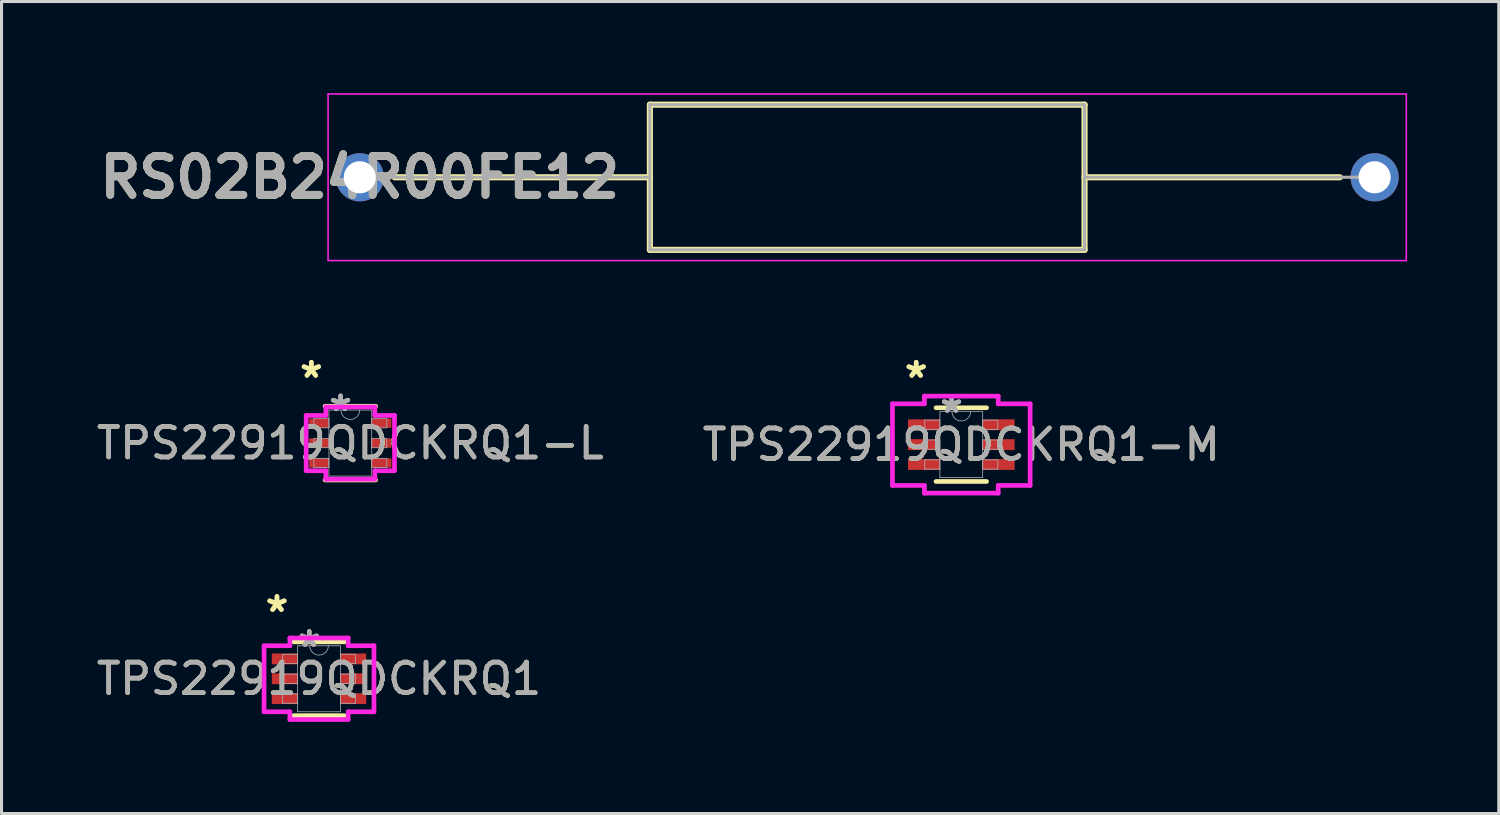
<source format=kicad_pcb>
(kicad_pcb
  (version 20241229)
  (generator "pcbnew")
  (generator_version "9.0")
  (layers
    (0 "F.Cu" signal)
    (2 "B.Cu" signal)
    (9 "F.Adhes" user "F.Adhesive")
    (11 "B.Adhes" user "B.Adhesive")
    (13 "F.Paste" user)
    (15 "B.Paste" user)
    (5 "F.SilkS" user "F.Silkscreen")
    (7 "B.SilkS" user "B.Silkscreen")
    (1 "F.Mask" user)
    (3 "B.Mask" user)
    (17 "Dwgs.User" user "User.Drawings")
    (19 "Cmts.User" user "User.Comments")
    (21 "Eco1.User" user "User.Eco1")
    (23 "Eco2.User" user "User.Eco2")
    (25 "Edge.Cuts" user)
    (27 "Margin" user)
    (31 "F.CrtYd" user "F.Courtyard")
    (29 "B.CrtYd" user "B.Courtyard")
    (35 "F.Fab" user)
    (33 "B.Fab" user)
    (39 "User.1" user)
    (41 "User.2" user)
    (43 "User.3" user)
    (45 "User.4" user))
  (footprint "TPS22919QDCKRQ1-L"
    (layer "F.Cu")
    (at 8.411 11.446)
    (property "Reference" "TPS22919QDCKRQ1-L" (at 0 0 0) (unlocked yes) (layer "F.SilkS") (effects (font (size 1 1) (thickness 0.15))))
    (attr smd)
    (fp_line (start -0.827 1.206) (end 0.827 1.206) (stroke (width 0.152) (type solid)) (layer "F.SilkS"))
    (fp_line (start 0.827 -1.206) (end -0.827 -1.206) (stroke (width 0.152) (type solid)) (layer "F.SilkS"))
    (fp_line (start -1.445 -0.904) (end -0.802 -0.904) (stroke (width 0.152) (type solid)) (layer "F.CrtYd"))
    (fp_line (start -1.445 0.904) (end -1.445 -0.904) (stroke (width 0.152) (type solid)) (layer "F.CrtYd"))
    (fp_line (start -1.445 0.904) (end -0.802 0.904) (stroke (width 0.152) (type solid)) (layer "F.CrtYd"))
    (fp_line (start -0.802 -1.181) (end 0.802 -1.181) (stroke (width 0.152) (type solid)) (layer "F.CrtYd"))
    (fp_line (start -0.802 -0.904) (end -0.802 -1.181) (stroke (width 0.152) (type solid)) (layer "F.CrtYd"))
    (fp_line (start -0.802 1.181) (end -0.802 0.904) (stroke (width 0.152) (type solid)) (layer "F.CrtYd"))
    (fp_line (start 0.802 -1.181) (end 0.802 -0.904) (stroke (width 0.152) (type solid)) (layer "F.CrtYd"))
    (fp_line (start 0.802 0.904) (end 0.802 1.181) (stroke (width 0.152) (type solid)) (layer "F.CrtYd"))
    (fp_line (start 0.802 1.181) (end -0.802 1.181) (stroke (width 0.152) (type solid)) (layer "F.CrtYd"))
    (fp_line (start 1.445 -0.904) (end 0.802 -0.904) (stroke (width 0.152) (type solid)) (layer "F.CrtYd"))
    (fp_line (start 1.445 -0.904) (end 1.445 0.904) (stroke (width 0.152) (type solid)) (layer "F.CrtYd"))
    (fp_line (start 1.445 0.904) (end 0.802 0.904) (stroke (width 0.152) (type solid)) (layer "F.CrtYd"))
    (fp_line (start -1.194 -0.802) (end -1.194 -0.498) (stroke (width 0.025) (type solid)) (layer "F.Fab"))
    (fp_line (start -1.194 -0.498) (end -0.7 -0.498) (stroke (width 0.025) (type solid)) (layer "F.Fab"))
    (fp_line (start -1.194 -0.152) (end -1.194 0.152) (stroke (width 0.025) (type solid)) (layer "F.Fab"))
    (fp_line (start -1.194 0.152) (end -0.7 0.152) (stroke (width 0.025) (type solid)) (layer "F.Fab"))
    (fp_line (start -1.194 0.498) (end -1.194 0.802) (stroke (width 0.025) (type solid)) (layer "F.Fab"))
    (fp_line (start -1.194 0.802) (end -0.7 0.802) (stroke (width 0.025) (type solid)) (layer "F.Fab"))
    (fp_line (start -0.7 -1.079) (end -0.7 1.079) (stroke (width 0.025) (type solid)) (layer "F.Fab"))
    (fp_line (start -0.7 -0.802) (end -1.194 -0.802) (stroke (width 0.025) (type solid)) (layer "F.Fab"))
    (fp_line (start -0.7 -0.498) (end -0.7 -0.802) (stroke (width 0.025) (type solid)) (layer "F.Fab"))
    (fp_line (start -0.7 -0.152) (end -1.194 -0.152) (stroke (width 0.025) (type solid)) (layer "F.Fab"))
    (fp_line (start -0.7 0.152) (end -0.7 -0.152) (stroke (width 0.025) (type solid)) (layer "F.Fab"))
    (fp_line (start -0.7 0.498) (end -1.194 0.498) (stroke (width 0.025) (type solid)) (layer "F.Fab"))
    (fp_line (start -0.7 0.802) (end -0.7 0.498) (stroke (width 0.025) (type solid)) (layer "F.Fab"))
    (fp_line (start -0.7 1.079) (end 0.7 1.079) (stroke (width 0.025) (type solid)) (layer "F.Fab"))
    (fp_line (start 0.7 -1.079) (end -0.7 -1.079) (stroke (width 0.025) (type solid)) (layer "F.Fab"))
    (fp_line (start 0.7 -0.802) (end 0.7 -0.498) (stroke (width 0.025) (type solid)) (layer "F.Fab"))
    (fp_line (start 0.7 -0.498) (end 1.194 -0.498) (stroke (width 0.025) (type solid)) (layer "F.Fab"))
    (fp_line (start 0.7 -0.152) (end 0.7 0.152) (stroke (width 0.025) (type solid)) (layer "F.Fab"))
    (fp_line (start 0.7 0.152) (end 1.194 0.152) (stroke (width 0.025) (type solid)) (layer "F.Fab"))
    (fp_line (start 0.7 0.498) (end 0.7 0.802) (stroke (width 0.025) (type solid)) (layer "F.Fab"))
    (fp_line (start 0.7 0.802) (end 1.194 0.802) (stroke (width 0.025) (type solid)) (layer "F.Fab"))
    (fp_line (start 0.7 1.079) (end 0.7 -1.079) (stroke (width 0.025) (type solid)) (layer "F.Fab"))
    (fp_line (start 1.194 -0.802) (end 0.7 -0.802) (stroke (width 0.025) (type solid)) (layer "F.Fab"))
    (fp_line (start 1.194 -0.498) (end 1.194 -0.802) (stroke (width 0.025) (type solid)) (layer "F.Fab"))
    (fp_line (start 1.194 -0.152) (end 0.7 -0.152) (stroke (width 0.025) (type solid)) (layer "F.Fab"))
    (fp_line (start 1.194 0.152) (end 1.194 -0.152) (stroke (width 0.025) (type solid)) (layer "F.Fab"))
    (fp_line (start 1.194 0.498) (end 0.7 0.498) (stroke (width 0.025) (type solid)) (layer "F.Fab"))
    (fp_line (start 1.194 0.802) (end 1.194 0.498) (stroke (width 0.025) (type solid)) (layer "F.Fab"))
    (fp_arc (start 0.3048 -1.0795) (mid 0 -0.7747) (end -0.3048 -1.0795) (stroke (width 0.0254) (type solid)) (layer "F.Fab"))
    (fp_text user "*" (at -1.276 -2.098 0) (unlocked yes) (layer "F.SilkS") (effects (font (size 1 1) (thickness 0.15))))
    (fp_text user "*" (at -1.276 -2.098 0) (layer "F.SilkS") (effects (font (size 1 1) (thickness 0.15))))
    (fp_text user "*" (at -0.319 -1.003 0) (unlocked yes) (layer "F.Fab") (effects (font (size 1 1) (thickness 0.15))))
    (fp_text user "*" (at -0.319 -1.003 0) (layer "F.Fab") (effects (font (size 1 1) (thickness 0.15))))
    (fp_text user "${REFERENCE}" (at 0 0 0) (unlocked yes) (layer "F.Fab") (effects (font (size 1 1) (thickness 0.15))))
    (pad "1" smd rect (at -1.022 -0.65) (size 0.644 0.305) (layers "F.Cu" "F.Mask" "F.Paste"))
    (pad "2" smd rect (at -1.022 0) (size 0.644 0.305) (layers "F.Cu" "F.Mask" "F.Paste"))
    (pad "3" smd rect (at -1.022 0.65) (size 0.644 0.305) (layers "F.Cu" "F.Mask" "F.Paste"))
    (pad "4" smd rect (at 1.022 0.65) (size 0.644 0.305) (layers "F.Cu" "F.Mask" "F.Paste"))
    (pad "5" smd rect (at 1.022 0) (size 0.644 0.305) (layers "F.Cu" "F.Mask" "F.Paste"))
    (pad "6" smd rect (at 1.022 -0.65) (size 0.644 0.305) (layers "F.Cu" "F.Mask" "F.Paste")))
  (footprint "RS02B24R00FE12"
    (layer "F.Cu")
    (at 8.721 2.75)
    (property "Reference" "RS02B24R00FE12" (at 0 0 0) (layer "F.SilkS") (effects (font (size 1.27 1.27) (thickness 0.254))))
    (attr through_hole)
    (fp_line (start 1.138 0) (end 9.49 0) (stroke (width 0.2) (type solid)) (layer "F.SilkS"))
    (fp_line (start 9.49 -2.375) (end 23.71 -2.375) (stroke (width 0.2) (type solid)) (layer "F.SilkS"))
    (fp_line (start 9.49 2.375) (end 9.49 -2.375) (stroke (width 0.2) (type solid)) (layer "F.SilkS"))
    (fp_line (start 23.71 -2.375) (end 23.71 2.375) (stroke (width 0.2) (type solid)) (layer "F.SilkS"))
    (fp_line (start 23.71 0) (end 32.062 0) (stroke (width 0.2) (type solid)) (layer "F.SilkS"))
    (fp_line (start 23.71 2.375) (end 9.49 2.375) (stroke (width 0.2) (type solid)) (layer "F.SilkS"))
    (fp_line (start -1.038 -2.725) (end 34.237 -2.725) (stroke (width 0.05) (type solid)) (layer "F.CrtYd"))
    (fp_line (start -1.038 2.725) (end -1.038 -2.725) (stroke (width 0.05) (type solid)) (layer "F.CrtYd"))
    (fp_line (start 34.237 -2.725) (end 34.237 2.725) (stroke (width 0.05) (type solid)) (layer "F.CrtYd"))
    (fp_line (start 34.237 2.725) (end -1.038 2.725) (stroke (width 0.05) (type solid)) (layer "F.CrtYd"))
    (fp_line (start 0 0) (end 9.49 0) (stroke (width 0.1) (type solid)) (layer "F.Fab"))
    (fp_line (start 9.49 -2.375) (end 23.71 -2.375) (stroke (width 0.1) (type solid)) (layer "F.Fab"))
    (fp_line (start 9.49 2.375) (end 9.49 -2.375) (stroke (width 0.1) (type solid)) (layer "F.Fab"))
    (fp_line (start 23.71 -2.375) (end 23.71 2.375) (stroke (width 0.1) (type solid)) (layer "F.Fab"))
    (fp_line (start 23.71 0) (end 33.2 0) (stroke (width 0.1) (type solid)) (layer "F.Fab"))
    (fp_line (start 23.71 2.375) (end 9.49 2.375) (stroke (width 0.1) (type solid)) (layer "F.Fab"))
    (fp_text user "${REFERENCE}" (at 0 0 0) (layer "F.Fab") (effects (font (size 1.27 1.27) (thickness 0.254))))
    (pad "1" thru_hole circle (at 0 0) (size 1.575 1.575) (drill 1.05) (layers "*.Cu" "*.Mask"))
    (pad "2" thru_hole circle (at 33.2 0) (size 1.575 1.575) (drill 1.05) (layers "*.Cu" "*.Mask")))
  (footprint "TPS22919QDCKRQ1"
    (layer "F.Cu")
    (at 7.387 19.156)
    (property "Reference" "TPS22919QDCKRQ1" (at 0 0 0) (unlocked yes) (layer "F.SilkS") (effects (font (size 1 1) (thickness 0.15))))
    (attr smd)
    (fp_line (start -0.827 1.206) (end 0.827 1.206) (stroke (width 0.152) (type solid)) (layer "F.SilkS"))
    (fp_line (start 0.827 -1.206) (end -0.827 -1.206) (stroke (width 0.152) (type solid)) (layer "F.SilkS"))
    (fp_line (start -1.798 -1.081) (end -0.954 -1.081) (stroke (width 0.152) (type solid)) (layer "F.CrtYd"))
    (fp_line (start -1.798 1.081) (end -1.798 -1.081) (stroke (width 0.152) (type solid)) (layer "F.CrtYd"))
    (fp_line (start -1.798 1.081) (end -0.954 1.081) (stroke (width 0.152) (type solid)) (layer "F.CrtYd"))
    (fp_line (start -0.954 -1.333) (end 0.954 -1.333) (stroke (width 0.152) (type solid)) (layer "F.CrtYd"))
    (fp_line (start -0.954 -1.081) (end -0.954 -1.333) (stroke (width 0.152) (type solid)) (layer "F.CrtYd"))
    (fp_line (start -0.954 1.333) (end -0.954 1.081) (stroke (width 0.152) (type solid)) (layer "F.CrtYd"))
    (fp_line (start 0.954 -1.333) (end 0.954 -1.081) (stroke (width 0.152) (type solid)) (layer "F.CrtYd"))
    (fp_line (start 0.954 1.081) (end 0.954 1.333) (stroke (width 0.152) (type solid)) (layer "F.CrtYd"))
    (fp_line (start 0.954 1.333) (end -0.954 1.333) (stroke (width 0.152) (type solid)) (layer "F.CrtYd"))
    (fp_line (start 1.798 -1.081) (end 0.954 -1.081) (stroke (width 0.152) (type solid)) (layer "F.CrtYd"))
    (fp_line (start 1.798 -1.081) (end 1.798 1.081) (stroke (width 0.152) (type solid)) (layer "F.CrtYd"))
    (fp_line (start 1.798 1.081) (end 0.954 1.081) (stroke (width 0.152) (type solid)) (layer "F.CrtYd"))
    (fp_line (start -1.194 -0.802) (end -1.194 -0.498) (stroke (width 0.025) (type solid)) (layer "F.Fab"))
    (fp_line (start -1.194 -0.498) (end -0.7 -0.498) (stroke (width 0.025) (type solid)) (layer "F.Fab"))
    (fp_line (start -1.194 -0.152) (end -1.194 0.152) (stroke (width 0.025) (type solid)) (layer "F.Fab"))
    (fp_line (start -1.194 0.152) (end -0.7 0.152) (stroke (width 0.025) (type solid)) (layer "F.Fab"))
    (fp_line (start -1.194 0.498) (end -1.194 0.802) (stroke (width 0.025) (type solid)) (layer "F.Fab"))
    (fp_line (start -1.194 0.802) (end -0.7 0.802) (stroke (width 0.025) (type solid)) (layer "F.Fab"))
    (fp_line (start -0.7 -1.079) (end -0.7 1.079) (stroke (width 0.025) (type solid)) (layer "F.Fab"))
    (fp_line (start -0.7 -0.802) (end -1.194 -0.802) (stroke (width 0.025) (type solid)) (layer "F.Fab"))
    (fp_line (start -0.7 -0.498) (end -0.7 -0.802) (stroke (width 0.025) (type solid)) (layer "F.Fab"))
    (fp_line (start -0.7 -0.152) (end -1.194 -0.152) (stroke (width 0.025) (type solid)) (layer "F.Fab"))
    (fp_line (start -0.7 0.152) (end -0.7 -0.152) (stroke (width 0.025) (type solid)) (layer "F.Fab"))
    (fp_line (start -0.7 0.498) (end -1.194 0.498) (stroke (width 0.025) (type solid)) (layer "F.Fab"))
    (fp_line (start -0.7 0.802) (end -0.7 0.498) (stroke (width 0.025) (type solid)) (layer "F.Fab"))
    (fp_line (start -0.7 1.079) (end 0.7 1.079) (stroke (width 0.025) (type solid)) (layer "F.Fab"))
    (fp_line (start 0.7 -1.079) (end -0.7 -1.079) (stroke (width 0.025) (type solid)) (layer "F.Fab"))
    (fp_line (start 0.7 -0.802) (end 0.7 -0.498) (stroke (width 0.025) (type solid)) (layer "F.Fab"))
    (fp_line (start 0.7 -0.498) (end 1.194 -0.498) (stroke (width 0.025) (type solid)) (layer "F.Fab"))
    (fp_line (start 0.7 -0.152) (end 0.7 0.152) (stroke (width 0.025) (type solid)) (layer "F.Fab"))
    (fp_line (start 0.7 0.152) (end 1.194 0.152) (stroke (width 0.025) (type solid)) (layer "F.Fab"))
    (fp_line (start 0.7 0.498) (end 0.7 0.802) (stroke (width 0.025) (type solid)) (layer "F.Fab"))
    (fp_line (start 0.7 0.802) (end 1.194 0.802) (stroke (width 0.025) (type solid)) (layer "F.Fab"))
    (fp_line (start 0.7 1.079) (end 0.7 -1.079) (stroke (width 0.025) (type solid)) (layer "F.Fab"))
    (fp_line (start 1.194 -0.802) (end 0.7 -0.802) (stroke (width 0.025) (type solid)) (layer "F.Fab"))
    (fp_line (start 1.194 -0.498) (end 1.194 -0.802) (stroke (width 0.025) (type solid)) (layer "F.Fab"))
    (fp_line (start 1.194 -0.152) (end 0.7 -0.152) (stroke (width 0.025) (type solid)) (layer "F.Fab"))
    (fp_line (start 1.194 0.152) (end 1.194 -0.152) (stroke (width 0.025) (type solid)) (layer "F.Fab"))
    (fp_line (start 1.194 0.498) (end 0.7 0.498) (stroke (width 0.025) (type solid)) (layer "F.Fab"))
    (fp_line (start 1.194 0.802) (end 1.194 0.498) (stroke (width 0.025) (type solid)) (layer "F.Fab"))
    (fp_arc (start 0.3048 -1.0795) (mid 0 -0.7747) (end -0.3048 -1.0795) (stroke (width 0.0254) (type solid)) (layer "F.Fab"))
    (fp_text user "*" (at -1.376 -2.148 0) (unlocked yes) (layer "F.SilkS") (effects (font (size 1 1) (thickness 0.15))))
    (fp_text user "*" (at -1.376 -2.148 0) (layer "F.SilkS") (effects (font (size 1 1) (thickness 0.15))))
    (fp_text user "${REFERENCE}" (at 0 0 0) (unlocked yes) (layer "F.Fab") (effects (font (size 1 1) (thickness 0.15))))
    (fp_text user "*" (at -0.319 -1.003 0) (unlocked yes) (layer "F.Fab") (effects (font (size 1 1) (thickness 0.15))))
    (fp_text user "*" (at -0.319 -1.003 0) (layer "F.Fab") (effects (font (size 1 1) (thickness 0.15))))
    (pad "1" smd rect (at -1.122 -0.65) (size 0.844 0.355) (layers "F.Cu" "F.Mask" "F.Paste"))
    (pad "2" smd rect (at -1.122 0) (size 0.844 0.355) (layers "F.Cu" "F.Mask" "F.Paste"))
    (pad "3" smd rect (at -1.122 0.65) (size 0.844 0.355) (layers "F.Cu" "F.Mask" "F.Paste"))
    (pad "4" smd rect (at 1.122 0.65) (size 0.844 0.355) (layers "F.Cu" "F.Mask" "F.Paste"))
    (pad "5" smd rect (at 1.122 0) (size 0.844 0.355) (layers "F.Cu" "F.Mask" "F.Paste"))
    (pad "6" smd rect (at 1.122 -0.65) (size 0.844 0.355) (layers "F.Cu" "F.Mask" "F.Paste")))
  (footprint "TPS22919QDCKRQ1-M"
    (layer "F.Cu")
    (at 28.399 11.496)
    (property "Reference" "TPS22919QDCKRQ1-M" (at 0 0 0) (unlocked yes) (layer "F.SilkS") (effects (font (size 1 1) (thickness 0.15))))
    (attr smd)
    (fp_line (start -0.827 1.206) (end 0.827 1.206) (stroke (width 0.152) (type solid)) (layer "F.SilkS"))
    (fp_line (start 0.827 -1.206) (end -0.827 -1.206) (stroke (width 0.152) (type solid)) (layer "F.SilkS"))
    (fp_line (start -2.252 -1.335) (end -1.208 -1.335) (stroke (width 0.152) (type solid)) (layer "F.CrtYd"))
    (fp_line (start -2.252 1.335) (end -2.252 -1.335) (stroke (width 0.152) (type solid)) (layer "F.CrtYd"))
    (fp_line (start -2.252 1.335) (end -1.208 1.335) (stroke (width 0.152) (type solid)) (layer "F.CrtYd"))
    (fp_line (start -1.208 -1.587) (end 1.208 -1.587) (stroke (width 0.152) (type solid)) (layer "F.CrtYd"))
    (fp_line (start -1.208 -1.335) (end -1.208 -1.587) (stroke (width 0.152) (type solid)) (layer "F.CrtYd"))
    (fp_line (start -1.208 1.587) (end -1.208 1.335) (stroke (width 0.152) (type solid)) (layer "F.CrtYd"))
    (fp_line (start 1.208 -1.587) (end 1.208 -1.335) (stroke (width 0.152) (type solid)) (layer "F.CrtYd"))
    (fp_line (start 1.208 1.335) (end 1.208 1.587) (stroke (width 0.152) (type solid)) (layer "F.CrtYd"))
    (fp_line (start 1.208 1.587) (end -1.208 1.587) (stroke (width 0.152) (type solid)) (layer "F.CrtYd"))
    (fp_line (start 2.252 -1.335) (end 1.208 -1.335) (stroke (width 0.152) (type solid)) (layer "F.CrtYd"))
    (fp_line (start 2.252 -1.335) (end 2.252 1.335) (stroke (width 0.152) (type solid)) (layer "F.CrtYd"))
    (fp_line (start 2.252 1.335) (end 1.208 1.335) (stroke (width 0.152) (type solid)) (layer "F.CrtYd"))
    (fp_line (start -1.194 -0.802) (end -1.194 -0.498) (stroke (width 0.025) (type solid)) (layer "F.Fab"))
    (fp_line (start -1.194 -0.498) (end -0.7 -0.498) (stroke (width 0.025) (type solid)) (layer "F.Fab"))
    (fp_line (start -1.194 -0.152) (end -1.194 0.152) (stroke (width 0.025) (type solid)) (layer "F.Fab"))
    (fp_line (start -1.194 0.152) (end -0.7 0.152) (stroke (width 0.025) (type solid)) (layer "F.Fab"))
    (fp_line (start -1.194 0.498) (end -1.194 0.802) (stroke (width 0.025) (type solid)) (layer "F.Fab"))
    (fp_line (start -1.194 0.802) (end -0.7 0.802) (stroke (width 0.025) (type solid)) (layer "F.Fab"))
    (fp_line (start -0.7 -1.079) (end -0.7 1.079) (stroke (width 0.025) (type solid)) (layer "F.Fab"))
    (fp_line (start -0.7 -0.802) (end -1.194 -0.802) (stroke (width 0.025) (type solid)) (layer "F.Fab"))
    (fp_line (start -0.7 -0.498) (end -0.7 -0.802) (stroke (width 0.025) (type solid)) (layer "F.Fab"))
    (fp_line (start -0.7 -0.152) (end -1.194 -0.152) (stroke (width 0.025) (type solid)) (layer "F.Fab"))
    (fp_line (start -0.7 0.152) (end -0.7 -0.152) (stroke (width 0.025) (type solid)) (layer "F.Fab"))
    (fp_line (start -0.7 0.498) (end -1.194 0.498) (stroke (width 0.025) (type solid)) (layer "F.Fab"))
    (fp_line (start -0.7 0.802) (end -0.7 0.498) (stroke (width 0.025) (type solid)) (layer "F.Fab"))
    (fp_line (start -0.7 1.079) (end 0.7 1.079) (stroke (width 0.025) (type solid)) (layer "F.Fab"))
    (fp_line (start 0.7 -1.079) (end -0.7 -1.079) (stroke (width 0.025) (type solid)) (layer "F.Fab"))
    (fp_line (start 0.7 -0.802) (end 0.7 -0.498) (stroke (width 0.025) (type solid)) (layer "F.Fab"))
    (fp_line (start 0.7 -0.498) (end 1.194 -0.498) (stroke (width 0.025) (type solid)) (layer "F.Fab"))
    (fp_line (start 0.7 -0.152) (end 0.7 0.152) (stroke (width 0.025) (type solid)) (layer "F.Fab"))
    (fp_line (start 0.7 0.152) (end 1.194 0.152) (stroke (width 0.025) (type solid)) (layer "F.Fab"))
    (fp_line (start 0.7 0.498) (end 0.7 0.802) (stroke (width 0.025) (type solid)) (layer "F.Fab"))
    (fp_line (start 0.7 0.802) (end 1.194 0.802) (stroke (width 0.025) (type solid)) (layer "F.Fab"))
    (fp_line (start 0.7 1.079) (end 0.7 -1.079) (stroke (width 0.025) (type solid)) (layer "F.Fab"))
    (fp_line (start 1.194 -0.802) (end 0.7 -0.802) (stroke (width 0.025) (type solid)) (layer "F.Fab"))
    (fp_line (start 1.194 -0.498) (end 1.194 -0.802) (stroke (width 0.025) (type solid)) (layer "F.Fab"))
    (fp_line (start 1.194 -0.152) (end 0.7 -0.152) (stroke (width 0.025) (type solid)) (layer "F.Fab"))
    (fp_line (start 1.194 0.152) (end 1.194 -0.152) (stroke (width 0.025) (type solid)) (layer "F.Fab"))
    (fp_line (start 1.194 0.498) (end 0.7 0.498) (stroke (width 0.025) (type solid)) (layer "F.Fab"))
    (fp_line (start 1.194 0.802) (end 1.194 0.498) (stroke (width 0.025) (type solid)) (layer "F.Fab"))
    (fp_arc (start 0.3048 -1.0795) (mid 0 -0.7747) (end -0.3048 -1.0795) (stroke (width 0.0254) (type solid)) (layer "F.Fab"))
    (fp_text user "*" (at -1.476 -2.148 0) (layer "F.SilkS") (effects (font (size 1 1) (thickness 0.15))))
    (fp_text user "*" (at -1.476 -2.148 0) (unlocked yes) (layer "F.SilkS") (effects (font (size 1 1) (thickness 0.15))))
    (fp_text user "${REFERENCE}" (at 0 0 0) (unlocked yes) (layer "F.Fab") (effects (font (size 1 1) (thickness 0.15))))
    (fp_text user "*" (at -0.319 -1.003 0) (layer "F.Fab") (effects (font (size 1 1) (thickness 0.15))))
    (fp_text user "*" (at -0.319 -1.003 0) (unlocked yes) (layer "F.Fab") (effects (font (size 1 1) (thickness 0.15))))
    (pad "1" smd rect (at -1.222 -0.65) (size 1.044 0.355) (layers "F.Cu" "F.Mask" "F.Paste"))
    (pad "2" smd rect (at -1.222 0) (size 1.044 0.355) (layers "F.Cu" "F.Mask" "F.Paste"))
    (pad "3" smd rect (at -1.222 0.65) (size 1.044 0.355) (layers "F.Cu" "F.Mask" "F.Paste"))
    (pad "4" smd rect (at 1.222 0.65) (size 1.044 0.355) (layers "F.Cu" "F.Mask" "F.Paste"))
    (pad "5" smd rect (at 1.222 0) (size 1.044 0.355) (layers "F.Cu" "F.Mask" "F.Paste"))
    (pad "6" smd rect (at 1.222 -0.65) (size 1.044 0.355) (layers "F.Cu" "F.Mask" "F.Paste")))
  (gr_rect
    (start -3 -3)
    (end 45.983 23.565)
    (stroke (width 0.1) (type default))
    (fill no)
    (layer "Edge.Cuts")))
</source>
